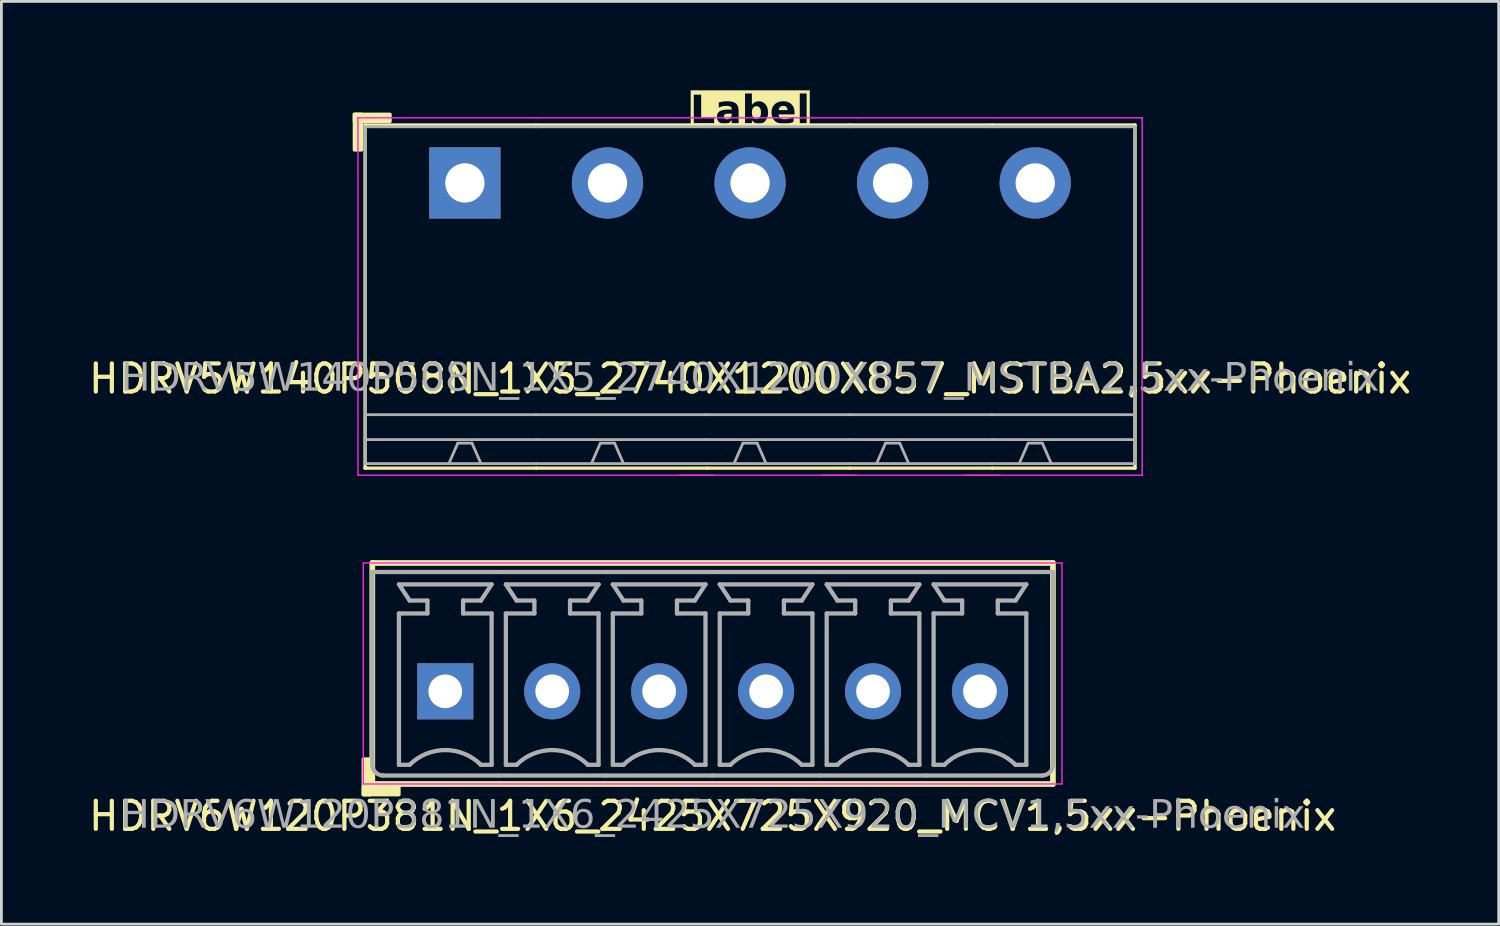
<source format=kicad_pcb>
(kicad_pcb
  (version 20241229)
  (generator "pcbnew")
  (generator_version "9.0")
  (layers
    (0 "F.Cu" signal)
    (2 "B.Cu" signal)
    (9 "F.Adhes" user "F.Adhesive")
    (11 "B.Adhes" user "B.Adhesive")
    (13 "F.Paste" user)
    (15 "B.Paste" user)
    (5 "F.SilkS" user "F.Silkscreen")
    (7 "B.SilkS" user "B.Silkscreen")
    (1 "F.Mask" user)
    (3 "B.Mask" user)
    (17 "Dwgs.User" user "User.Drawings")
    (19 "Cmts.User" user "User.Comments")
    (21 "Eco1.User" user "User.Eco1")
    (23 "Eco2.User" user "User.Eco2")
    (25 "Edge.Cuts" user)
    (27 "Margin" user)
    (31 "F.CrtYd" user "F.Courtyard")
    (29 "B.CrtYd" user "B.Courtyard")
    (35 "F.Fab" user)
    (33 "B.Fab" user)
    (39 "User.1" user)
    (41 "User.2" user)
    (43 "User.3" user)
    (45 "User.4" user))
  (footprint "HDRV6W120P381N_1X6_2425X725X920_MCV1,5xx-Phoenix"
    (layer "F.Cu")
    (at 22.339 21.58)
    (property "Reference" "HDRV6W120P381N_1X6_2425X725X920_MCV1,5xx-Phoenix" (at 0 4.445 0) (layer "F.SilkS") (effects (font (size 1 1) (thickness 0.15))))
    (attr through_hole)
    (fp_line (start -12.125 -4.572) (end -12.125 3.302) (stroke (width 0.203) (type solid)) (layer "F.SilkS"))
    (fp_line (start -12.125 -4.572) (end 12.125 -4.572) (stroke (width 0.203) (type solid)) (layer "F.SilkS"))
    (fp_line (start -12.125 3.302) (end 12.125 3.302) (stroke (width 0.203) (type solid)) (layer "F.SilkS"))
    (fp_line (start 12.125 -4.572) (end 12.125 3.302) (stroke (width 0.203) (type solid)) (layer "F.SilkS"))
    (fp_rect (start -12.192 2.413) (end -12.446 3.683) (stroke (width 0.12) (type solid)) (fill yes) (layer "F.SilkS"))
    (fp_rect (start -11.176 3.683) (end -12.446 3.429) (stroke (width 0.12) (type solid)) (fill yes) (layer "F.SilkS"))
    (fp_line (start -12.446 3.302) (end -12.446 -4.572) (stroke (width 0.05) (type solid)) (layer "F.CrtYd"))
    (fp_line (start 12.446 -4.572) (end -12.446 -4.572) (stroke (width 0.05) (type solid)) (layer "F.CrtYd"))
    (fp_line (start 12.446 3.302) (end -12.446 3.302) (stroke (width 0.05) (type solid)) (layer "F.CrtYd"))
    (fp_line (start 12.446 3.302) (end 12.446 -4.572) (stroke (width 0.05) (type solid)) (layer "F.CrtYd"))
    (fp_line (start -12.125 -4.25) (end -12.125 2.6) (stroke (width 0.152) (type solid)) (layer "F.Fab"))
    (fp_line (start -12.125 -4.25) (end -7.62 -4.25) (stroke (width 0.152) (type solid)) (layer "F.Fab"))
    (fp_line (start -11.744 3) (end -7.62 3) (stroke (width 0.152) (type solid)) (layer "F.Fab"))
    (fp_line (start -11.176 -2.774) (end -10.16 -2.774) (stroke (width 0.152) (type default)) (layer "F.Fab"))
    (fp_line (start -11.176 2.619) (end -11.176 -2.774) (stroke (width 0.152) (type default)) (layer "F.Fab"))
    (fp_line (start -10.795 -3.234) (end -11.176 -3.81) (stroke (width 0.152) (type default)) (layer "F.Fab"))
    (fp_line (start -10.795 2.619) (end -11.176 2.619) (stroke (width 0.152) (type default)) (layer "F.Fab"))
    (fp_line (start -10.16 -3.234) (end -10.795 -3.234) (stroke (width 0.152) (type default)) (layer "F.Fab"))
    (fp_line (start -10.16 -2.774) (end -10.16 -3.234) (stroke (width 0.152) (type default)) (layer "F.Fab"))
    (fp_line (start -8.89 -3.234) (end -8.255 -3.234) (stroke (width 0.152) (type default)) (layer "F.Fab"))
    (fp_line (start -8.89 -2.774) (end -8.89 -3.234) (stroke (width 0.152) (type default)) (layer "F.Fab"))
    (fp_line (start -8.255 -3.234) (end -7.874 -3.81) (stroke (width 0.152) (type default)) (layer "F.Fab"))
    (fp_line (start -8.255 2.619) (end -7.874 2.619) (stroke (width 0.152) (type default)) (layer "F.Fab"))
    (fp_line (start -7.874 -3.81) (end -11.176 -3.81) (stroke (width 0.152) (type default)) (layer "F.Fab"))
    (fp_line (start -7.874 -2.774) (end -8.89 -2.774) (stroke (width 0.152) (type default)) (layer "F.Fab"))
    (fp_line (start -7.874 2.619) (end -7.874 -2.774) (stroke (width 0.152) (type default)) (layer "F.Fab"))
    (fp_line (start -7.62 -4.25) (end -3.81 -4.25) (stroke (width 0.152) (type solid)) (layer "F.Fab"))
    (fp_line (start -7.62 3) (end -3.81 3) (stroke (width 0.152) (type solid)) (layer "F.Fab"))
    (fp_line (start -7.366 -2.774) (end -6.35 -2.774) (stroke (width 0.152) (type default)) (layer "F.Fab"))
    (fp_line (start -7.366 2.619) (end -7.366 -2.774) (stroke (width 0.152) (type default)) (layer "F.Fab"))
    (fp_line (start -6.985 -3.234) (end -7.366 -3.81) (stroke (width 0.152) (type default)) (layer "F.Fab"))
    (fp_line (start -6.985 2.619) (end -7.366 2.619) (stroke (width 0.152) (type default)) (layer "F.Fab"))
    (fp_line (start -6.35 -3.234) (end -6.985 -3.234) (stroke (width 0.152) (type default)) (layer "F.Fab"))
    (fp_line (start -6.35 -2.774) (end -6.35 -3.234) (stroke (width 0.152) (type default)) (layer "F.Fab"))
    (fp_line (start -5.08 -3.234) (end -4.445 -3.234) (stroke (width 0.152) (type default)) (layer "F.Fab"))
    (fp_line (start -5.08 -2.774) (end -5.08 -3.234) (stroke (width 0.152) (type default)) (layer "F.Fab"))
    (fp_line (start -4.445 -3.234) (end -4.064 -3.81) (stroke (width 0.152) (type default)) (layer "F.Fab"))
    (fp_line (start -4.445 2.619) (end -4.064 2.619) (stroke (width 0.152) (type default)) (layer "F.Fab"))
    (fp_line (start -4.064 -3.81) (end -7.366 -3.81) (stroke (width 0.152) (type default)) (layer "F.Fab"))
    (fp_line (start -4.064 -2.774) (end -5.08 -2.774) (stroke (width 0.152) (type default)) (layer "F.Fab"))
    (fp_line (start -4.064 2.619) (end -4.064 -2.774) (stroke (width 0.152) (type default)) (layer "F.Fab"))
    (fp_line (start -3.81 -4.25) (end 0 -4.25) (stroke (width 0.152) (type solid)) (layer "F.Fab"))
    (fp_line (start -3.81 3) (end 0 3) (stroke (width 0.152) (type solid)) (layer "F.Fab"))
    (fp_line (start -3.556 -2.774) (end -2.54 -2.774) (stroke (width 0.152) (type default)) (layer "F.Fab"))
    (fp_line (start -3.556 2.619) (end -3.556 -2.774) (stroke (width 0.152) (type default)) (layer "F.Fab"))
    (fp_line (start -3.175 -3.234) (end -3.556 -3.81) (stroke (width 0.152) (type default)) (layer "F.Fab"))
    (fp_line (start -3.175 2.619) (end -3.556 2.619) (stroke (width 0.152) (type default)) (layer "F.Fab"))
    (fp_line (start -2.54 -3.234) (end -3.175 -3.234) (stroke (width 0.152) (type default)) (layer "F.Fab"))
    (fp_line (start -2.54 -2.774) (end -2.54 -3.234) (stroke (width 0.152) (type default)) (layer "F.Fab"))
    (fp_line (start -1.27 -3.234) (end -0.635 -3.234) (stroke (width 0.152) (type default)) (layer "F.Fab"))
    (fp_line (start -1.27 -2.774) (end -1.27 -3.234) (stroke (width 0.152) (type default)) (layer "F.Fab"))
    (fp_line (start -0.635 -3.234) (end -0.254 -3.81) (stroke (width 0.152) (type default)) (layer "F.Fab"))
    (fp_line (start -0.635 2.619) (end -0.254 2.619) (stroke (width 0.152) (type default)) (layer "F.Fab"))
    (fp_line (start -0.254 -3.81) (end -3.556 -3.81) (stroke (width 0.152) (type default)) (layer "F.Fab"))
    (fp_line (start -0.254 -2.774) (end -1.27 -2.774) (stroke (width 0.152) (type default)) (layer "F.Fab"))
    (fp_line (start -0.254 2.619) (end -0.254 -2.774) (stroke (width 0.152) (type default)) (layer "F.Fab"))
    (fp_line (start 0 -4.25) (end 3.81 -4.25) (stroke (width 0.152) (type solid)) (layer "F.Fab"))
    (fp_line (start 0 3) (end 3.81 3) (stroke (width 0.152) (type solid)) (layer "F.Fab"))
    (fp_line (start 0.254 -2.774) (end 1.27 -2.774) (stroke (width 0.152) (type default)) (layer "F.Fab"))
    (fp_line (start 0.254 2.619) (end 0.254 -2.774) (stroke (width 0.152) (type default)) (layer "F.Fab"))
    (fp_line (start 0.635 -3.234) (end 0.254 -3.81) (stroke (width 0.152) (type default)) (layer "F.Fab"))
    (fp_line (start 0.635 2.619) (end 0.254 2.619) (stroke (width 0.152) (type default)) (layer "F.Fab"))
    (fp_line (start 1.27 -3.234) (end 0.635 -3.234) (stroke (width 0.152) (type default)) (layer "F.Fab"))
    (fp_line (start 1.27 -2.774) (end 1.27 -3.234) (stroke (width 0.152) (type default)) (layer "F.Fab"))
    (fp_line (start 2.54 -3.234) (end 3.175 -3.234) (stroke (width 0.152) (type default)) (layer "F.Fab"))
    (fp_line (start 2.54 -2.774) (end 2.54 -3.234) (stroke (width 0.152) (type default)) (layer "F.Fab"))
    (fp_line (start 3.175 -3.234) (end 3.556 -3.81) (stroke (width 0.152) (type default)) (layer "F.Fab"))
    (fp_line (start 3.175 2.619) (end 3.556 2.619) (stroke (width 0.152) (type default)) (layer "F.Fab"))
    (fp_line (start 3.556 -3.81) (end 0.254 -3.81) (stroke (width 0.152) (type default)) (layer "F.Fab"))
    (fp_line (start 3.556 -2.774) (end 2.54 -2.774) (stroke (width 0.152) (type default)) (layer "F.Fab"))
    (fp_line (start 3.556 2.619) (end 3.556 -2.774) (stroke (width 0.152) (type default)) (layer "F.Fab"))
    (fp_line (start 3.81 -4.25) (end 7.62 -4.25) (stroke (width 0.152) (type solid)) (layer "F.Fab"))
    (fp_line (start 3.81 3) (end 7.62 3) (stroke (width 0.152) (type solid)) (layer "F.Fab"))
    (fp_line (start 4.064 -2.774) (end 5.08 -2.774) (stroke (width 0.152) (type default)) (layer "F.Fab"))
    (fp_line (start 4.064 2.619) (end 4.064 -2.774) (stroke (width 0.152) (type default)) (layer "F.Fab"))
    (fp_line (start 4.445 -3.234) (end 4.064 -3.81) (stroke (width 0.152) (type default)) (layer "F.Fab"))
    (fp_line (start 4.445 2.619) (end 4.064 2.619) (stroke (width 0.152) (type default)) (layer "F.Fab"))
    (fp_line (start 5.08 -3.234) (end 4.445 -3.234) (stroke (width 0.152) (type default)) (layer "F.Fab"))
    (fp_line (start 5.08 -2.774) (end 5.08 -3.234) (stroke (width 0.152) (type default)) (layer "F.Fab"))
    (fp_line (start 6.35 -3.234) (end 6.985 -3.234) (stroke (width 0.152) (type default)) (layer "F.Fab"))
    (fp_line (start 6.35 -2.774) (end 6.35 -3.234) (stroke (width 0.152) (type default)) (layer "F.Fab"))
    (fp_line (start 6.985 -3.234) (end 7.366 -3.81) (stroke (width 0.152) (type default)) (layer "F.Fab"))
    (fp_line (start 6.985 2.619) (end 7.366 2.619) (stroke (width 0.152) (type default)) (layer "F.Fab"))
    (fp_line (start 7.366 -3.81) (end 4.064 -3.81) (stroke (width 0.152) (type default)) (layer "F.Fab"))
    (fp_line (start 7.366 -2.774) (end 6.35 -2.774) (stroke (width 0.152) (type default)) (layer "F.Fab"))
    (fp_line (start 7.366 2.619) (end 7.366 -2.774) (stroke (width 0.152) (type default)) (layer "F.Fab"))
    (fp_line (start 7.62 -4.25) (end 12.125 -4.25) (stroke (width 0.152) (type solid)) (layer "F.Fab"))
    (fp_line (start 7.62 3) (end 11.744 3) (stroke (width 0.152) (type solid)) (layer "F.Fab"))
    (fp_line (start 7.874 -2.774) (end 8.89 -2.774) (stroke (width 0.152) (type default)) (layer "F.Fab"))
    (fp_line (start 7.874 2.619) (end 7.874 -2.774) (stroke (width 0.152) (type default)) (layer "F.Fab"))
    (fp_line (start 8.255 -3.234) (end 7.874 -3.81) (stroke (width 0.152) (type default)) (layer "F.Fab"))
    (fp_line (start 8.255 2.619) (end 7.874 2.619) (stroke (width 0.152) (type default)) (layer "F.Fab"))
    (fp_line (start 8.89 -3.234) (end 8.255 -3.234) (stroke (width 0.152) (type default)) (layer "F.Fab"))
    (fp_line (start 8.89 -2.774) (end 8.89 -3.234) (stroke (width 0.152) (type default)) (layer "F.Fab"))
    (fp_line (start 10.16 -3.234) (end 10.795 -3.234) (stroke (width 0.152) (type default)) (layer "F.Fab"))
    (fp_line (start 10.16 -2.774) (end 10.16 -3.234) (stroke (width 0.152) (type default)) (layer "F.Fab"))
    (fp_line (start 10.795 -3.234) (end 11.176 -3.81) (stroke (width 0.152) (type default)) (layer "F.Fab"))
    (fp_line (start 10.795 2.619) (end 11.176 2.619) (stroke (width 0.152) (type default)) (layer "F.Fab"))
    (fp_line (start 11.176 -3.81) (end 7.874 -3.81) (stroke (width 0.152) (type default)) (layer "F.Fab"))
    (fp_line (start 11.176 -2.774) (end 10.16 -2.774) (stroke (width 0.152) (type default)) (layer "F.Fab"))
    (fp_line (start 11.176 2.619) (end 11.176 -2.774) (stroke (width 0.152) (type default)) (layer "F.Fab"))
    (fp_line (start 12.125 -4.25) (end 12.125 2.6) (stroke (width 0.152) (type solid)) (layer "F.Fab"))
    (fp_rect (start -9.271 -0.254) (end -9.779 0.254) (stroke (width 0.152) (type solid)) (fill no) (layer "F.Fab"))
    (fp_rect (start -5.461 -0.254) (end -5.969 0.254) (stroke (width 0.152) (type solid)) (fill no) (layer "F.Fab"))
    (fp_rect (start -1.651 -0.254) (end -2.159 0.254) (stroke (width 0.152) (type solid)) (fill no) (layer "F.Fab"))
    (fp_rect (start 2.159 -0.254) (end 1.651 0.254) (stroke (width 0.152) (type solid)) (fill no) (layer "F.Fab"))
    (fp_rect (start 5.969 -0.254) (end 5.461 0.254) (stroke (width 0.152) (type solid)) (fill no) (layer "F.Fab"))
    (fp_rect (start 9.779 -0.254) (end 9.271 0.254) (stroke (width 0.152) (type solid)) (fill no) (layer "F.Fab"))
    (fp_arc (start -11.744 3) (mid -12.017342 2.878907) (end -12.125 2.6) (stroke (width 0.1524) (type solid)) (layer "F.Fab"))
    (fp_arc (start -10.795 2.619) (mid -9.525 2.092948) (end -8.255 2.619) (stroke (width 0.1524) (type default)) (layer "F.Fab"))
    (fp_arc (start -6.985 2.619) (mid -5.715 2.092948) (end -4.445 2.619) (stroke (width 0.1524) (type default)) (layer "F.Fab"))
    (fp_arc (start -3.175 2.619) (mid -1.905 2.092948) (end -0.635 2.619) (stroke (width 0.1524) (type default)) (layer "F.Fab"))
    (fp_arc (start 0.635 2.619) (mid 1.905 2.092948) (end 3.175 2.619) (stroke (width 0.1524) (type default)) (layer "F.Fab"))
    (fp_arc (start 4.445 2.619) (mid 5.715 2.092948) (end 6.985 2.619) (stroke (width 0.1524) (type default)) (layer "F.Fab"))
    (fp_arc (start 8.255 2.619) (mid 9.525 2.092948) (end 10.795 2.619) (stroke (width 0.1524) (type default)) (layer "F.Fab"))
    (fp_arc (start 12.125 2.6) (mid 12.017343 2.878908) (end 11.744 3) (stroke (width 0.1524) (type solid)) (layer "F.Fab"))
    (fp_text user "${REFERENCE}" (at 0 4.445 0) (layer "F.Fab") (effects (font (face "Tahoma") (size 1 1) (thickness 0.15))))
    (pad "1" thru_hole rect (at -9.525 0) (size 2 2) (drill 1.2) (layers "*.Cu" "*.Mask"))
    (pad "2" thru_hole circle (at -5.715 0) (size 2 2) (drill 1.2) (layers "*.Cu" "*.Mask"))
    (pad "3" thru_hole circle (at -1.905 0) (size 2 2) (drill 1.2) (layers "*.Cu" "*.Mask"))
    (pad "4" thru_hole circle (at 1.905 0) (size 2 2) (drill 1.2) (layers "*.Cu" "*.Mask"))
    (pad "5" thru_hole circle (at 5.715 0) (size 2 2) (drill 1.2) (layers "*.Cu" "*.Mask"))
    (pad "6" thru_hole circle (at 9.525 0) (size 2 2) (drill 1.2) (layers "*.Cu" "*.Mask")))
  (footprint "HDRV5W140P508N_1X5_2740X1200X857_MSTBA2,5xx-Phoenix"
    (layer "F.Cu")
    (at 23.673 3.468)
    (property "Reference" "HDRV5W140P508N_1X5_2740X1200X857_MSTBA2,5xx-Phoenix" (at 0 6.975 0) (layer "F.SilkS") (effects (font (size 1 1) (thickness 0.15))))
    (property "Label" "Label" (at 0 -2.54 0) (layer "F.SilkS" knockout) (effects (font (face "Tahoma") (size 1 1) (thickness 0.2) (bold yes))))
    (attr through_hole)
    (fp_line (start -13.716 -2.065) (end -13.716 10.16) (stroke (width 0.12) (type solid)) (layer "F.SilkS"))
    (fp_line (start -13.716 10.16) (end -7.62 10.16) (stroke (width 0.12) (type solid)) (layer "F.SilkS"))
    (fp_line (start -7.62 -2.065) (end -13.716 -2.065) (stroke (width 0.12) (type solid)) (layer "F.SilkS"))
    (fp_line (start -7.62 -2.065) (end -1.524 -2.065) (stroke (width 0.12) (type solid)) (layer "F.SilkS"))
    (fp_line (start -1.524 -2.065) (end 3.556 -2.065) (stroke (width 0.12) (type solid)) (layer "F.SilkS"))
    (fp_line (start -1.524 10.16) (end -7.62 10.16) (stroke (width 0.12) (type solid)) (layer "F.SilkS"))
    (fp_line (start 3.556 -2.065) (end 8.636 -2.065) (stroke (width 0.12) (type solid)) (layer "F.SilkS"))
    (fp_line (start 3.556 10.16) (end -1.524 10.16) (stroke (width 0.12) (type solid)) (layer "F.SilkS"))
    (fp_line (start 8.636 -2.065) (end 13.716 -2.065) (stroke (width 0.12) (type solid)) (layer "F.SilkS"))
    (fp_line (start 8.636 10.16) (end 3.556 10.16) (stroke (width 0.12) (type solid)) (layer "F.SilkS"))
    (fp_line (start 13.716 -2.065) (end 13.716 10.16) (stroke (width 0.12) (type solid)) (layer "F.SilkS"))
    (fp_line (start 13.716 10.16) (end 8.636 10.16) (stroke (width 0.12) (type solid)) (layer "F.SilkS"))
    (fp_rect (start -14.097 -2.446) (end -13.843 -1.176) (stroke (width 0.12) (type solid)) (fill yes) (layer "F.SilkS"))
    (fp_rect (start -14.097 -2.446) (end -12.827 -2.192) (stroke (width 0.12) (type solid)) (fill yes) (layer "F.SilkS"))
    (fp_line (start -13.97 10.414) (end -13.97 -2.319) (stroke (width 0.05) (type solid)) (layer "F.CrtYd"))
    (fp_line (start -7.62 -2.319) (end -13.97 -2.319) (stroke (width 0.05) (type solid)) (layer "F.CrtYd"))
    (fp_line (start -7.62 -2.319) (end -1.27 -2.319) (stroke (width 0.05) (type solid)) (layer "F.CrtYd"))
    (fp_line (start -7.62 10.414) (end -13.97 10.414) (stroke (width 0.05) (type solid)) (layer "F.CrtYd"))
    (fp_line (start -7.62 10.414) (end -1.27 10.414) (stroke (width 0.05) (type solid)) (layer "F.CrtYd"))
    (fp_line (start -2.54 10.414) (end 3.81 10.414) (stroke (width 0.05) (type solid)) (layer "F.CrtYd"))
    (fp_line (start -1.27 -2.319) (end 3.81 -2.319) (stroke (width 0.05) (type solid)) (layer "F.CrtYd"))
    (fp_line (start 2.54 10.414) (end 8.89 10.414) (stroke (width 0.05) (type solid)) (layer "F.CrtYd"))
    (fp_line (start 3.81 -2.319) (end 8.89 -2.319) (stroke (width 0.05) (type solid)) (layer "F.CrtYd"))
    (fp_line (start 7.62 10.414) (end 13.97 10.414) (stroke (width 0.05) (type solid)) (layer "F.CrtYd"))
    (fp_line (start 8.89 -2.319) (end 13.97 -2.319) (stroke (width 0.05) (type solid)) (layer "F.CrtYd"))
    (fp_line (start 13.97 10.414) (end 13.97 -2.319) (stroke (width 0.05) (type solid)) (layer "F.CrtYd"))
    (fp_line (start -13.7 -2) (end -13.7 10) (stroke (width 0.1) (type solid)) (layer "F.Fab"))
    (fp_line (start -10.414 9.271) (end -10.732 10) (stroke (width 0.1) (type default)) (layer "F.Fab"))
    (fp_line (start -9.906 9.271) (end -10.414 9.271) (stroke (width 0.1) (type default)) (layer "F.Fab"))
    (fp_line (start -9.906 9.271) (end -9.588 10) (stroke (width 0.1) (type default)) (layer "F.Fab"))
    (fp_line (start -7.62 -2) (end -13.7 -2) (stroke (width 0.1) (type solid)) (layer "F.Fab"))
    (fp_line (start -7.62 -2) (end -1.54 -2) (stroke (width 0.1) (type solid)) (layer "F.Fab"))
    (fp_line (start -7.62 8.255) (end -13.7 8.255) (stroke (width 0.1) (type solid)) (layer "F.Fab"))
    (fp_line (start -7.62 8.255) (end -1.54 8.255) (stroke (width 0.1) (type solid)) (layer "F.Fab"))
    (fp_line (start -7.62 9.144) (end -13.7 9.144) (stroke (width 0.1) (type solid)) (layer "F.Fab"))
    (fp_line (start -7.62 9.144) (end -1.54 9.144) (stroke (width 0.1) (type solid)) (layer "F.Fab"))
    (fp_line (start -7.62 10) (end -13.7 10) (stroke (width 0.1) (type solid)) (layer "F.Fab"))
    (fp_line (start -7.62 10) (end -1.54 10) (stroke (width 0.1) (type solid)) (layer "F.Fab"))
    (fp_line (start -5.334 9.271) (end -5.652 10) (stroke (width 0.1) (type default)) (layer "F.Fab"))
    (fp_line (start -4.826 9.271) (end -5.334 9.271) (stroke (width 0.1) (type default)) (layer "F.Fab"))
    (fp_line (start -4.826 9.271) (end -4.508 10) (stroke (width 0.1) (type default)) (layer "F.Fab"))
    (fp_line (start -1.54 -2) (end 3.54 -2) (stroke (width 0.1) (type solid)) (layer "F.Fab"))
    (fp_line (start -1.54 8.255) (end 3.54 8.255) (stroke (width 0.1) (type solid)) (layer "F.Fab"))
    (fp_line (start -1.54 9.144) (end 3.54 9.144) (stroke (width 0.1) (type solid)) (layer "F.Fab"))
    (fp_line (start -1.54 10) (end 3.54 10) (stroke (width 0.1) (type solid)) (layer "F.Fab"))
    (fp_line (start -0.254 9.271) (end -0.572 10) (stroke (width 0.1) (type default)) (layer "F.Fab"))
    (fp_line (start 0.254 9.271) (end -0.254 9.271) (stroke (width 0.1) (type default)) (layer "F.Fab"))
    (fp_line (start 0.254 9.271) (end 0.572 10) (stroke (width 0.1) (type default)) (layer "F.Fab"))
    (fp_line (start 3.54 -2) (end 8.62 -2) (stroke (width 0.1) (type solid)) (layer "F.Fab"))
    (fp_line (start 3.54 8.255) (end 8.62 8.255) (stroke (width 0.1) (type solid)) (layer "F.Fab"))
    (fp_line (start 3.54 9.144) (end 8.62 9.144) (stroke (width 0.1) (type solid)) (layer "F.Fab"))
    (fp_line (start 3.54 10) (end 8.62 10) (stroke (width 0.1) (type solid)) (layer "F.Fab"))
    (fp_line (start 4.826 9.271) (end 4.508 10) (stroke (width 0.1) (type default)) (layer "F.Fab"))
    (fp_line (start 5.334 9.271) (end 4.826 9.271) (stroke (width 0.1) (type default)) (layer "F.Fab"))
    (fp_line (start 5.334 9.271) (end 5.652 10) (stroke (width 0.1) (type default)) (layer "F.Fab"))
    (fp_line (start 8.62 -2) (end 13.7 -2) (stroke (width 0.1) (type solid)) (layer "F.Fab"))
    (fp_line (start 8.62 8.255) (end 13.7 8.255) (stroke (width 0.1) (type solid)) (layer "F.Fab"))
    (fp_line (start 8.62 9.144) (end 13.7 9.144) (stroke (width 0.1) (type solid)) (layer "F.Fab"))
    (fp_line (start 8.62 10) (end 13.7 10) (stroke (width 0.1) (type solid)) (layer "F.Fab"))
    (fp_line (start 9.906 9.271) (end 9.588 10) (stroke (width 0.1) (type default)) (layer "F.Fab"))
    (fp_line (start 10.414 9.271) (end 9.906 9.271) (stroke (width 0.1) (type default)) (layer "F.Fab"))
    (fp_line (start 10.414 9.271) (end 10.732 10) (stroke (width 0.1) (type default)) (layer "F.Fab"))
    (fp_line (start 13.7 -2) (end 13.7 10) (stroke (width 0.1) (type solid)) (layer "F.Fab"))
    (fp_rect (start -10.414 -0.254) (end -9.906 0.254) (stroke (width 0.1) (type solid)) (fill no) (layer "F.Fab"))
    (fp_rect (start -4.826 -0.254) (end -5.334 0.254) (stroke (width 0.1) (type solid)) (fill no) (layer "F.Fab"))
    (fp_rect (start 0.254 -0.254) (end -0.254 0.254) (stroke (width 0.1) (type solid)) (fill no) (layer "F.Fab"))
    (fp_rect (start 5.334 -0.254) (end 4.826 0.254) (stroke (width 0.1) (type solid)) (fill no) (layer "F.Fab"))
    (fp_rect (start 10.414 -0.254) (end 9.906 0.254) (stroke (width 0.1) (type solid)) (fill no) (layer "F.Fab"))
    (fp_text user "${REFERENCE}" (at 0 6.985 0) (layer "F.Fab") (effects (font (face "Tahoma") (size 1 1) (thickness 0.15))))
    (pad "1" thru_hole rect (at -10.16 0) (size 2.54 2.54) (drill 1.4) (layers "*.Cu" "*.Mask"))
    (pad "2" thru_hole circle (at -5.08 0) (size 2.54 2.54) (drill 1.4) (layers "*.Cu" "*.Mask"))
    (pad "3" thru_hole circle (at 0 0) (size 2.54 2.54) (drill 1.4) (layers "*.Cu" "*.Mask"))
    (pad "4" thru_hole circle (at 5.08 0) (size 2.54 2.54) (drill 1.4) (layers "*.Cu" "*.Mask"))
    (pad "5" thru_hole circle (at 10.16 0) (size 2.54 2.54) (drill 1.4) (layers "*.Cu" "*.Mask")))
  (gr_rect
    (start -3 -3)
    (end 50.345 29.874)
    (stroke (width 0.1) (type default))
    (fill no)
    (layer "Edge.Cuts")))
</source>
